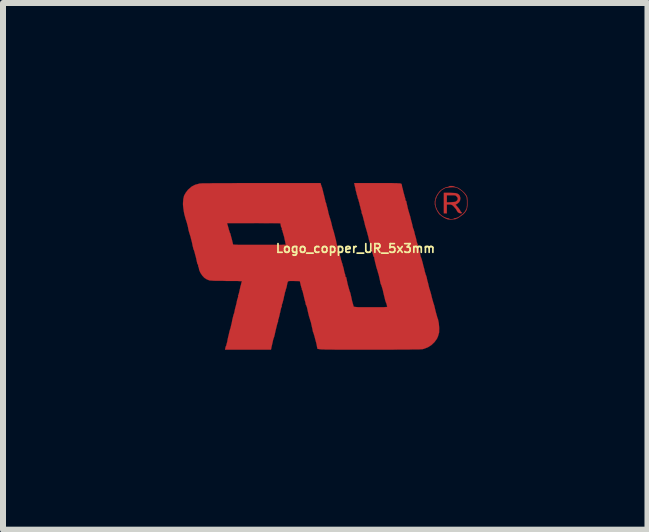
<source format=kicad_pcb>
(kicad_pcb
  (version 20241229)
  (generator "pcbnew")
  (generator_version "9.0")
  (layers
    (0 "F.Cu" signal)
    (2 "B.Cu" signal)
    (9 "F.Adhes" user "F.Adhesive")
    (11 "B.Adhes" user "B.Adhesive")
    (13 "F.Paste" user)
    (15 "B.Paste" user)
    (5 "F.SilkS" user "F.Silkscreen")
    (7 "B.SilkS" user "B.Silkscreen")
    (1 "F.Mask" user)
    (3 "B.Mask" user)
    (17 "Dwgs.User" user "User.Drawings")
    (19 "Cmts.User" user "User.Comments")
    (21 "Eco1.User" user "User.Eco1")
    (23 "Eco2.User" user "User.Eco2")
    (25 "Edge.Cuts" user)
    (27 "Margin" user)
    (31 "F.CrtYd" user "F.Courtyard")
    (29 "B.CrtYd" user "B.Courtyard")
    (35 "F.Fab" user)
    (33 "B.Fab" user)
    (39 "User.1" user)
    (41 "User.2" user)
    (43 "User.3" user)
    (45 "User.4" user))
  (footprint "Logo_copper_UR_5x3mm"
    (layer "F.Cu")
    (at 2.376 1.391)
    (property "Reference" "Logo_copper_UR_5x3mm" (at 0.5 -0.3 0) (layer "F.SilkS") (effects (font (size 0.145 0.145) (thickness 0.028))))
    (attr through_hole)
    (fp_poly (pts (xy 2.276 -0.894) (xy 2.268 -0.886) (xy 2.253 -0.884) (xy 2.233 -0.889) (xy 2.217 -0.897) (xy 2.212 -0.899) (xy 2.197 -0.917) (xy 2.187 -0.937) (xy 2.174 -0.958) (xy 2.154 -0.98) (xy 2.141 -0.996) (xy 2.121 -1.016) (xy 2.103 -1.026) (xy 2.085 -1.031) (xy 2.065 -1.031) (xy 2.024 -1.031) (xy 2.024 -0.958) (xy 2.024 -0.884) (xy 1.999 -0.884) (xy 1.974 -0.884) (xy 1.974 -1.057) (xy 1.974 -1.227) (xy 2.073 -1.227) (xy 2.126 -1.224) (xy 2.169 -1.222) (xy 2.197 -1.214) (xy 2.22 -1.201) (xy 2.233 -1.186) (xy 2.238 -1.179) (xy 2.25 -1.14) (xy 2.245 -1.102) (xy 2.228 -1.069) (xy 2.225 -1.069) (xy 2.207 -1.052) (xy 2.207 -1.123) (xy 2.202 -1.146) (xy 2.189 -1.163) (xy 2.179 -1.173) (xy 2.169 -1.181) (xy 2.151 -1.184) (xy 2.129 -1.186) (xy 2.098 -1.186) (xy 2.024 -1.186) (xy 2.024 -1.128) (xy 2.024 -1.067) (xy 2.088 -1.069) (xy 2.121 -1.072) (xy 2.149 -1.074) (xy 2.169 -1.079) (xy 2.172 -1.079) (xy 2.197 -1.1) (xy 2.207 -1.123) (xy 2.207 -1.052) (xy 2.189 -1.039) (xy 2.182 -1.036) (xy 2.172 -1.034) (xy 2.172 -1.029) (xy 2.177 -1.019) (xy 2.195 -1.001) (xy 2.197 -0.996) (xy 2.22 -0.97) (xy 2.238 -0.945) (xy 2.245 -0.932) (xy 2.256 -0.912) (xy 2.266 -0.902) (xy 2.268 -0.902) (xy 2.276 -0.894)) (stroke (width 0.003) (type solid)) (fill yes) (layer "F.Cu"))
    (fp_poly (pts (xy 2.367 -1.062) (xy 2.367 -1.008) (xy 2.36 -0.965) (xy 2.36 -0.963) (xy 2.36 -1.054) (xy 2.36 -1.059) (xy 2.36 -1.1) (xy 2.357 -1.128) (xy 2.355 -1.148) (xy 2.349 -1.166) (xy 2.339 -1.181) (xy 2.337 -1.186) (xy 2.314 -1.217) (xy 2.281 -1.252) (xy 2.243 -1.28) (xy 2.207 -1.303) (xy 2.202 -1.306) (xy 2.169 -1.316) (xy 2.126 -1.321) (xy 2.08 -1.318) (xy 2.035 -1.313) (xy 1.996 -1.306) (xy 1.986 -1.3) (xy 1.935 -1.27) (xy 1.892 -1.224) (xy 1.859 -1.171) (xy 1.836 -1.107) (xy 1.831 -1.052) (xy 1.841 -0.993) (xy 1.864 -0.937) (xy 1.9 -0.884) (xy 1.913 -0.869) (xy 1.938 -0.848) (xy 1.968 -0.828) (xy 2.002 -0.813) (xy 2.029 -0.803) (xy 2.035 -0.803) (xy 2.052 -0.8) (xy 2.06 -0.795) (xy 2.07 -0.79) (xy 2.09 -0.787) (xy 2.101 -0.787) (xy 2.123 -0.79) (xy 2.139 -0.792) (xy 2.141 -0.795) (xy 2.151 -0.803) (xy 2.164 -0.803) (xy 2.192 -0.81) (xy 2.225 -0.826) (xy 2.258 -0.851) (xy 2.294 -0.879) (xy 2.322 -0.909) (xy 2.337 -0.935) (xy 2.347 -0.953) (xy 2.355 -0.968) (xy 2.357 -0.988) (xy 2.36 -1.016) (xy 2.36 -1.054) (xy 2.36 -0.963) (xy 2.347 -0.93) (xy 2.324 -0.897) (xy 2.294 -0.866) (xy 2.248 -0.833) (xy 2.238 -0.826) (xy 2.207 -0.805) (xy 2.184 -0.795) (xy 2.164 -0.787) (xy 2.136 -0.785) (xy 2.121 -0.785) (xy 2.088 -0.782) (xy 2.06 -0.782) (xy 2.04 -0.785) (xy 2.012 -0.795) (xy 1.976 -0.813) (xy 1.941 -0.836) (xy 1.91 -0.861) (xy 1.897 -0.871) (xy 1.869 -0.912) (xy 1.844 -0.96) (xy 1.829 -1.013) (xy 1.824 -1.031) (xy 1.824 -1.085) (xy 1.836 -1.14) (xy 1.862 -1.194) (xy 1.897 -1.242) (xy 1.91 -1.257) (xy 1.943 -1.283) (xy 1.976 -1.303) (xy 2.012 -1.318) (xy 2.037 -1.323) (xy 2.052 -1.328) (xy 2.06 -1.331) (xy 2.07 -1.339) (xy 2.09 -1.339) (xy 2.116 -1.339) (xy 2.136 -1.336) (xy 2.144 -1.333) (xy 2.159 -1.326) (xy 2.184 -1.318) (xy 2.189 -1.316) (xy 2.217 -1.306) (xy 2.25 -1.283) (xy 2.283 -1.257) (xy 2.316 -1.227) (xy 2.339 -1.199) (xy 2.349 -1.184) (xy 2.36 -1.163) (xy 2.365 -1.143) (xy 2.367 -1.118) (xy 2.367 -1.082) (xy 2.367 -1.062)) (stroke (width 0.003) (type solid)) (fill yes) (layer "F.Cu"))
    (fp_poly (pts (xy 1.897 1.029) (xy 1.895 1.102) (xy 1.877 1.166) (xy 1.859 1.206) (xy 1.819 1.262) (xy 1.768 1.311) (xy 1.709 1.349) (xy 1.643 1.374) (xy 1.613 1.382) (xy 1.595 1.382) (xy 1.565 1.384) (xy 1.519 1.384) (xy 1.458 1.384) (xy 1.384 1.387) (xy 1.3 1.387) (xy 1.201 1.387) (xy 1.095 1.389) (xy 0.975 1.389) (xy 0.848 1.389) (xy 0.724 1.389) (xy 0.587 1.389) (xy 0.465 1.389) (xy 0.358 1.389) (xy 0.264 1.389) (xy 0.183 1.389) (xy 0.112 1.387) (xy 0.053 1.387) (xy 0.005 1.387) (xy -0.033 1.384) (xy -0.064 1.384) (xy -0.089 1.382) (xy -0.107 1.379) (xy -0.119 1.377) (xy -0.13 1.374) (xy -0.135 1.372) (xy -0.137 1.367) (xy -0.137 1.364) (xy -0.137 1.359) (xy -0.137 1.356) (xy -0.14 1.344) (xy -0.145 1.316) (xy -0.152 1.283) (xy -0.163 1.242) (xy -0.173 1.204) (xy -0.183 1.166) (xy -0.191 1.138) (xy -0.198 1.118) (xy -0.198 1.115) (xy -0.206 1.095) (xy -0.211 1.082) (xy -0.211 1.079) (xy -0.213 1.067) (xy -0.218 1.041) (xy -0.226 1.008) (xy -0.234 0.973) (xy -0.241 0.937) (xy -0.251 0.909) (xy -0.257 0.886) (xy -0.259 0.881) (xy -0.264 0.864) (xy -0.274 0.833) (xy -0.284 0.792) (xy -0.295 0.744) (xy -0.307 0.688) (xy -0.315 0.663) (xy -0.323 0.645) (xy -0.325 0.64) (xy -0.33 0.635) (xy -0.33 0.627) (xy -0.333 0.607) (xy -0.335 0.599) (xy -0.338 0.587) (xy -0.345 0.564) (xy -0.353 0.531) (xy -0.361 0.495) (xy -0.371 0.457) (xy -0.378 0.424) (xy -0.386 0.401) (xy -0.391 0.391) (xy -0.396 0.378) (xy -0.394 0.373) (xy -0.394 0.366) (xy -0.396 0.363) (xy -0.401 0.356) (xy -0.406 0.335) (xy -0.414 0.307) (xy -0.414 0.305) (xy -0.427 0.246) (xy -0.526 0.244) (xy -0.566 0.244) (xy -0.594 0.244) (xy -0.615 0.246) (xy -0.625 0.254) (xy -0.632 0.269) (xy -0.638 0.295) (xy -0.643 0.32) (xy -0.648 0.345) (xy -0.653 0.366) (xy -0.655 0.368) (xy -0.655 -0.361) (xy -0.665 -0.373) (xy -0.665 -0.378) (xy -0.668 -0.391) (xy -0.673 -0.419) (xy -0.681 -0.452) (xy -0.688 -0.49) (xy -0.699 -0.526) (xy -0.709 -0.561) (xy -0.716 -0.587) (xy -0.721 -0.605) (xy -0.724 -0.607) (xy -0.729 -0.622) (xy -0.726 -0.63) (xy -0.726 -0.64) (xy -0.729 -0.64) (xy -0.734 -0.648) (xy -0.742 -0.665) (xy -0.744 -0.681) (xy -0.752 -0.719) (xy -1.196 -0.721) (xy -1.641 -0.721) (xy -1.618 -0.643) (xy -1.61 -0.61) (xy -1.6 -0.582) (xy -1.595 -0.564) (xy -1.593 -0.559) (xy -1.587 -0.551) (xy -1.582 -0.531) (xy -1.577 -0.511) (xy -1.567 -0.475) (xy -1.557 -0.437) (xy -1.554 -0.422) (xy -1.547 -0.396) (xy -1.542 -0.373) (xy -1.539 -0.366) (xy -1.534 -0.363) (xy -1.524 -0.363) (xy -1.504 -0.361) (xy -1.476 -0.361) (xy -1.438 -0.358) (xy -1.387 -0.358) (xy -1.326 -0.358) (xy -1.25 -0.358) (xy -1.161 -0.358) (xy -1.09 -0.358) (xy -1.008 -0.358) (xy -0.93 -0.358) (xy -0.859 -0.358) (xy -0.798 -0.358) (xy -0.744 -0.358) (xy -0.701 -0.361) (xy -0.673 -0.361) (xy -0.658 -0.361) (xy -0.655 -0.361) (xy -0.655 0.368) (xy -0.658 0.373) (xy -0.66 0.381) (xy -0.665 0.404) (xy -0.676 0.437) (xy -0.683 0.475) (xy -0.691 0.503) (xy -0.699 0.546) (xy -0.709 0.584) (xy -0.716 0.612) (xy -0.724 0.63) (xy -0.724 0.635) (xy -0.729 0.645) (xy -0.729 0.65) (xy -0.726 0.665) (xy -0.729 0.671) (xy -0.734 0.681) (xy -0.742 0.704) (xy -0.749 0.737) (xy -0.757 0.775) (xy -0.759 0.78) (xy -0.767 0.818) (xy -0.775 0.851) (xy -0.782 0.876) (xy -0.787 0.886) (xy -0.787 0.889) (xy -0.79 0.902) (xy -0.79 0.907) (xy -0.79 0.922) (xy -0.792 0.927) (xy -0.798 0.94) (xy -0.805 0.963) (xy -0.813 0.996) (xy -0.823 1.036) (xy -0.828 1.057) (xy -0.838 1.1) (xy -0.846 1.138) (xy -0.853 1.166) (xy -0.859 1.186) (xy -0.861 1.189) (xy -0.866 1.204) (xy -0.874 1.232) (xy -0.881 1.265) (xy -0.884 1.28) (xy -0.892 1.313) (xy -0.899 1.344) (xy -0.904 1.367) (xy -0.904 1.372) (xy -0.909 1.389) (xy -1.293 1.389) (xy -1.674 1.389) (xy -1.669 1.361) (xy -1.664 1.341) (xy -1.659 1.328) (xy -1.656 1.328) (xy -1.654 1.318) (xy -1.648 1.293) (xy -1.638 1.26) (xy -1.631 1.219) (xy -1.621 1.173) (xy -1.61 1.128) (xy -1.603 1.097) (xy -1.598 1.074) (xy -1.593 1.062) (xy -1.593 1.059) (xy -1.59 1.049) (xy -1.582 1.026) (xy -1.575 0.993) (xy -1.565 0.953) (xy -1.56 0.93) (xy -1.552 0.886) (xy -1.542 0.846) (xy -1.534 0.815) (xy -1.529 0.795) (xy -1.527 0.792) (xy -1.521 0.777) (xy -1.516 0.752) (xy -1.509 0.716) (xy -1.499 0.676) (xy -1.494 0.658) (xy -1.483 0.615) (xy -1.476 0.577) (xy -1.468 0.544) (xy -1.46 0.526) (xy -1.46 0.521) (xy -1.455 0.505) (xy -1.455 0.498) (xy -1.458 0.488) (xy -1.455 0.483) (xy -1.45 0.472) (xy -1.443 0.45) (xy -1.435 0.417) (xy -1.427 0.378) (xy -1.425 0.373) (xy -1.417 0.333) (xy -1.407 0.3) (xy -1.402 0.274) (xy -1.397 0.262) (xy -1.392 0.251) (xy -1.394 0.249) (xy -1.405 0.246) (xy -1.427 0.246) (xy -1.463 0.244) (xy -1.509 0.244) (xy -1.562 0.244) (xy -1.623 0.244) (xy -1.646 0.244) (xy -1.709 0.241) (xy -1.77 0.241) (xy -1.824 0.241) (xy -1.872 0.239) (xy -1.908 0.236) (xy -1.93 0.236) (xy -1.933 0.234) (xy -1.976 0.218) (xy -2.019 0.191) (xy -2.055 0.152) (xy -2.085 0.107) (xy -2.106 0.058) (xy -2.108 0.041) (xy -2.113 0.02) (xy -2.118 0.005) (xy -2.121 0.003) (xy -2.123 -0.005) (xy -2.123 -0.015) (xy -2.123 -0.028) (xy -2.126 -0.03) (xy -2.134 -0.038) (xy -2.139 -0.056) (xy -2.139 -0.058) (xy -2.146 -0.089) (xy -2.154 -0.127) (xy -2.164 -0.168) (xy -2.174 -0.203) (xy -2.182 -0.236) (xy -2.189 -0.259) (xy -2.192 -0.269) (xy -2.2 -0.284) (xy -2.205 -0.305) (xy -2.205 -0.307) (xy -2.215 -0.345) (xy -2.223 -0.389) (xy -2.233 -0.429) (xy -2.243 -0.467) (xy -2.25 -0.498) (xy -2.258 -0.518) (xy -2.258 -0.523) (xy -2.263 -0.536) (xy -2.271 -0.564) (xy -2.281 -0.597) (xy -2.289 -0.638) (xy -2.291 -0.65) (xy -2.301 -0.691) (xy -2.311 -0.729) (xy -2.322 -0.762) (xy -2.327 -0.78) (xy -2.329 -0.782) (xy -2.339 -0.82) (xy -2.352 -0.866) (xy -2.362 -0.919) (xy -2.37 -0.975) (xy -2.375 -1.026) (xy -2.375 -1.057) (xy -2.37 -1.123) (xy -2.357 -1.179) (xy -2.329 -1.229) (xy -2.291 -1.278) (xy -2.283 -1.285) (xy -2.23 -1.331) (xy -2.172 -1.361) (xy -2.103 -1.379) (xy -2.101 -1.382) (xy -2.085 -1.382) (xy -2.052 -1.384) (xy -2.007 -1.384) (xy -1.943 -1.384) (xy -1.869 -1.387) (xy -1.778 -1.387) (xy -1.676 -1.387) (xy -1.562 -1.387) (xy -1.433 -1.389) (xy -1.295 -1.389) (xy -1.146 -1.389) (xy -1.067 -1.389) (xy -0.081 -1.389) (xy -0.076 -1.367) (xy -0.069 -1.346) (xy -0.066 -1.336) (xy -0.061 -1.321) (xy -0.058 -1.321) (xy -0.056 -1.306) (xy -0.053 -1.3) (xy -0.051 -1.288) (xy -0.043 -1.262) (xy -0.036 -1.229) (xy -0.025 -1.189) (xy -0.023 -1.181) (xy -0.013 -1.14) (xy -0.005 -1.105) (xy 0 -1.077) (xy 0.008 -1.062) (xy 0.008 -1.059) (xy 0.013 -1.046) (xy 0.018 -1.019) (xy 0.028 -0.986) (xy 0.038 -0.945) (xy 0.041 -0.937) (xy 0.048 -0.897) (xy 0.058 -0.861) (xy 0.066 -0.833) (xy 0.071 -0.818) (xy 0.071 -0.815) (xy 0.076 -0.803) (xy 0.084 -0.775) (xy 0.094 -0.742) (xy 0.104 -0.701) (xy 0.104 -0.699) (xy 0.114 -0.658) (xy 0.124 -0.622) (xy 0.132 -0.597) (xy 0.137 -0.582) (xy 0.137 -0.579) (xy 0.142 -0.566) (xy 0.147 -0.541) (xy 0.157 -0.508) (xy 0.165 -0.472) (xy 0.175 -0.437) (xy 0.18 -0.406) (xy 0.185 -0.386) (xy 0.185 -0.381) (xy 0.188 -0.368) (xy 0.196 -0.348) (xy 0.198 -0.345) (xy 0.203 -0.328) (xy 0.213 -0.3) (xy 0.224 -0.262) (xy 0.234 -0.218) (xy 0.234 -0.213) (xy 0.244 -0.173) (xy 0.254 -0.14) (xy 0.259 -0.112) (xy 0.264 -0.097) (xy 0.269 -0.081) (xy 0.272 -0.076) (xy 0.274 -0.061) (xy 0.277 -0.056) (xy 0.282 -0.043) (xy 0.287 -0.018) (xy 0.297 0.013) (xy 0.305 0.043) (xy 0.312 0.081) (xy 0.32 0.112) (xy 0.328 0.135) (xy 0.33 0.145) (xy 0.333 0.163) (xy 0.333 0.168) (xy 0.338 0.178) (xy 0.34 0.178) (xy 0.348 0.183) (xy 0.348 0.191) (xy 0.351 0.203) (xy 0.356 0.229) (xy 0.363 0.262) (xy 0.371 0.3) (xy 0.381 0.335) (xy 0.391 0.371) (xy 0.399 0.399) (xy 0.404 0.414) (xy 0.404 0.417) (xy 0.409 0.427) (xy 0.417 0.452) (xy 0.424 0.485) (xy 0.434 0.526) (xy 0.437 0.544) (xy 0.447 0.587) (xy 0.457 0.622) (xy 0.465 0.65) (xy 0.47 0.668) (xy 0.472 0.671) (xy 0.478 0.673) (xy 0.493 0.676) (xy 0.516 0.678) (xy 0.551 0.681) (xy 0.597 0.681) (xy 0.658 0.681) (xy 0.732 0.681) (xy 0.757 0.681) (xy 0.831 0.681) (xy 0.892 0.681) (xy 0.937 0.681) (xy 0.973 0.681) (xy 0.996 0.678) (xy 1.013 0.678) (xy 1.024 0.676) (xy 1.029 0.673) (xy 1.029 0.668) (xy 1.024 0.65) (xy 1.019 0.63) (xy 1.013 0.61) (xy 1.006 0.597) (xy 1.003 0.587) (xy 0.996 0.564) (xy 0.988 0.531) (xy 0.978 0.49) (xy 0.975 0.478) (xy 0.965 0.437) (xy 0.958 0.401) (xy 0.95 0.373) (xy 0.945 0.358) (xy 0.945 0.356) (xy 0.94 0.34) (xy 0.937 0.335) (xy 0.935 0.323) (xy 0.927 0.305) (xy 0.919 0.287) (xy 0.917 0.274) (xy 0.914 0.262) (xy 0.909 0.236) (xy 0.902 0.203) (xy 0.894 0.168) (xy 0.886 0.135) (xy 0.876 0.104) (xy 0.871 0.084) (xy 0.869 0.076) (xy 0.864 0.061) (xy 0.856 0.036) (xy 0.846 0.003) (xy 0.838 -0.033) (xy 0.828 -0.071) (xy 0.82 -0.107) (xy 0.815 -0.132) (xy 0.813 -0.147) (xy 0.813 -0.15) (xy 0.808 -0.16) (xy 0.805 -0.16) (xy 0.8 -0.168) (xy 0.795 -0.188) (xy 0.79 -0.208) (xy 0.772 -0.274) (xy 0.759 -0.328) (xy 0.749 -0.368) (xy 0.742 -0.394) (xy 0.739 -0.401) (xy 0.734 -0.414) (xy 0.726 -0.442) (xy 0.719 -0.475) (xy 0.709 -0.516) (xy 0.706 -0.523) (xy 0.696 -0.564) (xy 0.686 -0.599) (xy 0.678 -0.627) (xy 0.673 -0.643) (xy 0.673 -0.645) (xy 0.668 -0.658) (xy 0.66 -0.686) (xy 0.653 -0.719) (xy 0.643 -0.759) (xy 0.64 -0.767) (xy 0.63 -0.808) (xy 0.622 -0.841) (xy 0.612 -0.869) (xy 0.607 -0.881) (xy 0.602 -0.897) (xy 0.602 -0.904) (xy 0.602 -0.919) (xy 0.599 -0.922) (xy 0.597 -0.932) (xy 0.589 -0.955) (xy 0.582 -0.988) (xy 0.572 -1.024) (xy 0.564 -1.059) (xy 0.554 -1.092) (xy 0.549 -1.115) (xy 0.544 -1.125) (xy 0.538 -1.138) (xy 0.538 -1.14) (xy 0.536 -1.156) (xy 0.533 -1.161) (xy 0.531 -1.173) (xy 0.523 -1.196) (xy 0.516 -1.229) (xy 0.505 -1.267) (xy 0.498 -1.308) (xy 0.488 -1.344) (xy 0.483 -1.372) (xy 0.478 -1.389) (xy 0.866 -1.389) (xy 0.955 -1.389) (xy 1.031 -1.389) (xy 1.095 -1.389) (xy 1.146 -1.387) (xy 1.184 -1.387) (xy 1.214 -1.384) (xy 1.234 -1.384) (xy 1.25 -1.382) (xy 1.26 -1.379) (xy 1.265 -1.377) (xy 1.273 -1.361) (xy 1.275 -1.354) (xy 1.275 -1.339) (xy 1.278 -1.331) (xy 1.28 -1.318) (xy 1.288 -1.295) (xy 1.295 -1.262) (xy 1.303 -1.229) (xy 1.313 -1.194) (xy 1.321 -1.163) (xy 1.328 -1.14) (xy 1.331 -1.133) (xy 1.333 -1.118) (xy 1.333 -1.11) (xy 1.336 -1.097) (xy 1.339 -1.097) (xy 1.346 -1.09) (xy 1.349 -1.085) (xy 1.351 -1.069) (xy 1.356 -1.044) (xy 1.364 -1.011) (xy 1.372 -0.973) (xy 1.382 -0.935) (xy 1.392 -0.902) (xy 1.4 -0.874) (xy 1.405 -0.859) (xy 1.405 -0.856) (xy 1.41 -0.843) (xy 1.417 -0.815) (xy 1.425 -0.782) (xy 1.435 -0.742) (xy 1.438 -0.734) (xy 1.448 -0.693) (xy 1.455 -0.658) (xy 1.463 -0.632) (xy 1.468 -0.617) (xy 1.471 -0.617) (xy 1.473 -0.605) (xy 1.481 -0.579) (xy 1.488 -0.546) (xy 1.499 -0.505) (xy 1.504 -0.49) (xy 1.514 -0.45) (xy 1.521 -0.414) (xy 1.529 -0.389) (xy 1.534 -0.373) (xy 1.539 -0.363) (xy 1.544 -0.343) (xy 1.552 -0.315) (xy 1.562 -0.279) (xy 1.57 -0.246) (xy 1.577 -0.216) (xy 1.582 -0.191) (xy 1.585 -0.178) (xy 1.587 -0.165) (xy 1.595 -0.145) (xy 1.595 -0.142) (xy 1.603 -0.124) (xy 1.61 -0.097) (xy 1.621 -0.058) (xy 1.631 -0.015) (xy 1.636 0.003) (xy 1.648 0.046) (xy 1.656 0.086) (xy 1.666 0.117) (xy 1.671 0.137) (xy 1.674 0.142) (xy 1.679 0.155) (xy 1.687 0.18) (xy 1.694 0.216) (xy 1.704 0.257) (xy 1.707 0.264) (xy 1.717 0.305) (xy 1.725 0.34) (xy 1.732 0.368) (xy 1.737 0.384) (xy 1.74 0.386) (xy 1.742 0.399) (xy 1.75 0.424) (xy 1.76 0.46) (xy 1.77 0.5) (xy 1.77 0.503) (xy 1.781 0.544) (xy 1.791 0.579) (xy 1.798 0.605) (xy 1.803 0.62) (xy 1.808 0.635) (xy 1.816 0.66) (xy 1.824 0.696) (xy 1.834 0.737) (xy 1.836 0.747) (xy 1.847 0.787) (xy 1.857 0.823) (xy 1.864 0.848) (xy 1.869 0.864) (xy 1.869 0.866) (xy 1.875 0.876) (xy 1.88 0.899) (xy 1.887 0.932) (xy 1.89 0.95) (xy 1.897 1.029)) (stroke (width 0.003) (type solid)) (fill yes) (layer "F.Cu")))
  (gr_rect
    (start -3 -3)
    (end 7.745 5.781)
    (stroke (width 0.1) (type default))
    (fill no)
    (layer "Edge.Cuts")))
</source>
